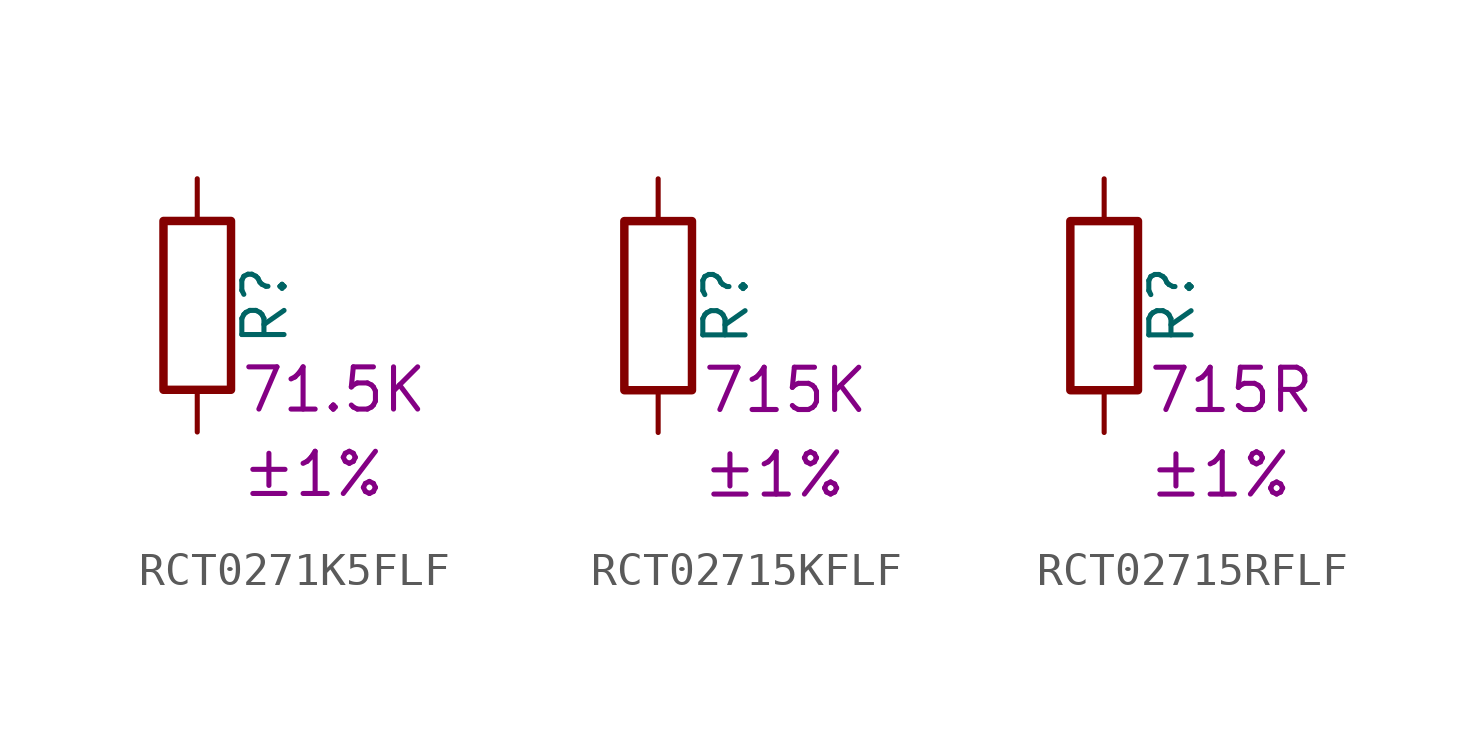
<source format=kicad_sym>
(kicad_symbol_lib
  (version 20220914)
  (generator kicad_symbol_editor)
  (symbol "RCT0271K5FLF"
    (pin_numbers hide)
    (pin_names
      (offset 0))
    (property "Reference" "R"
      (at 2.032 0 90)
      (effects (font (size 1.27 1.27))))
    (property "Resistance" "71.5K"
      (at 1.27 -2.54 0)
      (effects (font (size 1.27 1.27)) (justify left)))
    (property "Tolerance" "±1%"
      (at 1.27 -5.08 0)
      (effects (font (size 1.27 1.27)) (justify left)))
    (symbol "RCT0271K5FLF_0_1"
      (rectangle (start -1.016 -2.54) (end 1.016 2.54) (stroke (width 0.254) (type default)) (fill (type none))))
    (symbol "RCT0271K5FLF_1_1"
      (pin passive line (at 0 3.81 270) (length 1.27) (name "~" (effects (font (size 1.27 1.27)))) (number "1" (effects (font (size 1.27 1.27)))))
      (pin passive line (at 0 -3.81 90) (length 1.27) (name "~" (effects (font (size 1.27 1.27)))) (number "2" (effects (font (size 1.27 1.27)))))))
  (symbol "RCT02715KFLF"
    (pin_numbers hide)
    (pin_names
      (offset 0))
    (property "Reference" "R"
      (at 2.032 0 90)
      (effects (font (size 1.27 1.27))))
    (property "Resistance" "715K"
      (at 1.27 -2.54 0)
      (effects (font (size 1.27 1.27)) (justify left)))
    (property "Tolerance" "±1%"
      (at 1.27 -5.08 0)
      (effects (font (size 1.27 1.27)) (justify left)))
    (symbol "RCT02715KFLF_0_1"
      (rectangle (start -1.016 -2.54) (end 1.016 2.54) (stroke (width 0.254) (type default)) (fill (type none))))
    (symbol "RCT02715KFLF_1_1"
      (pin passive line (at 0 3.81 270) (length 1.27) (name "~" (effects (font (size 1.27 1.27)))) (number "1" (effects (font (size 1.27 1.27)))))
      (pin passive line (at 0 -3.81 90) (length 1.27) (name "~" (effects (font (size 1.27 1.27)))) (number "2" (effects (font (size 1.27 1.27)))))))
  (symbol "RCT02715RFLF"
    (pin_numbers hide)
    (pin_names
      (offset 0))
    (property "Reference" "R"
      (at 2.032 0 90)
      (effects (font (size 1.27 1.27))))
    (property "Resistance" "715R"
      (at 1.27 -2.54 0)
      (effects (font (size 1.27 1.27)) (justify left)))
    (property "Tolerance" "±1%"
      (at 1.27 -5.08 0)
      (effects (font (size 1.27 1.27)) (justify left)))
    (symbol "RCT02715RFLF_0_1"
      (rectangle (start -1.016 -2.54) (end 1.016 2.54) (stroke (width 0.254) (type default)) (fill (type none))))
    (symbol "RCT02715RFLF_1_1"
      (pin passive line (at 0 3.81 270) (length 1.27) (name "~" (effects (font (size 1.27 1.27)))) (number "1" (effects (font (size 1.27 1.27)))))
      (pin passive line (at 0 -3.81 90) (length 1.27) (name "~" (effects (font (size 1.27 1.27)))) (number "2" (effects (font (size 1.27 1.27))))))))
</source>
